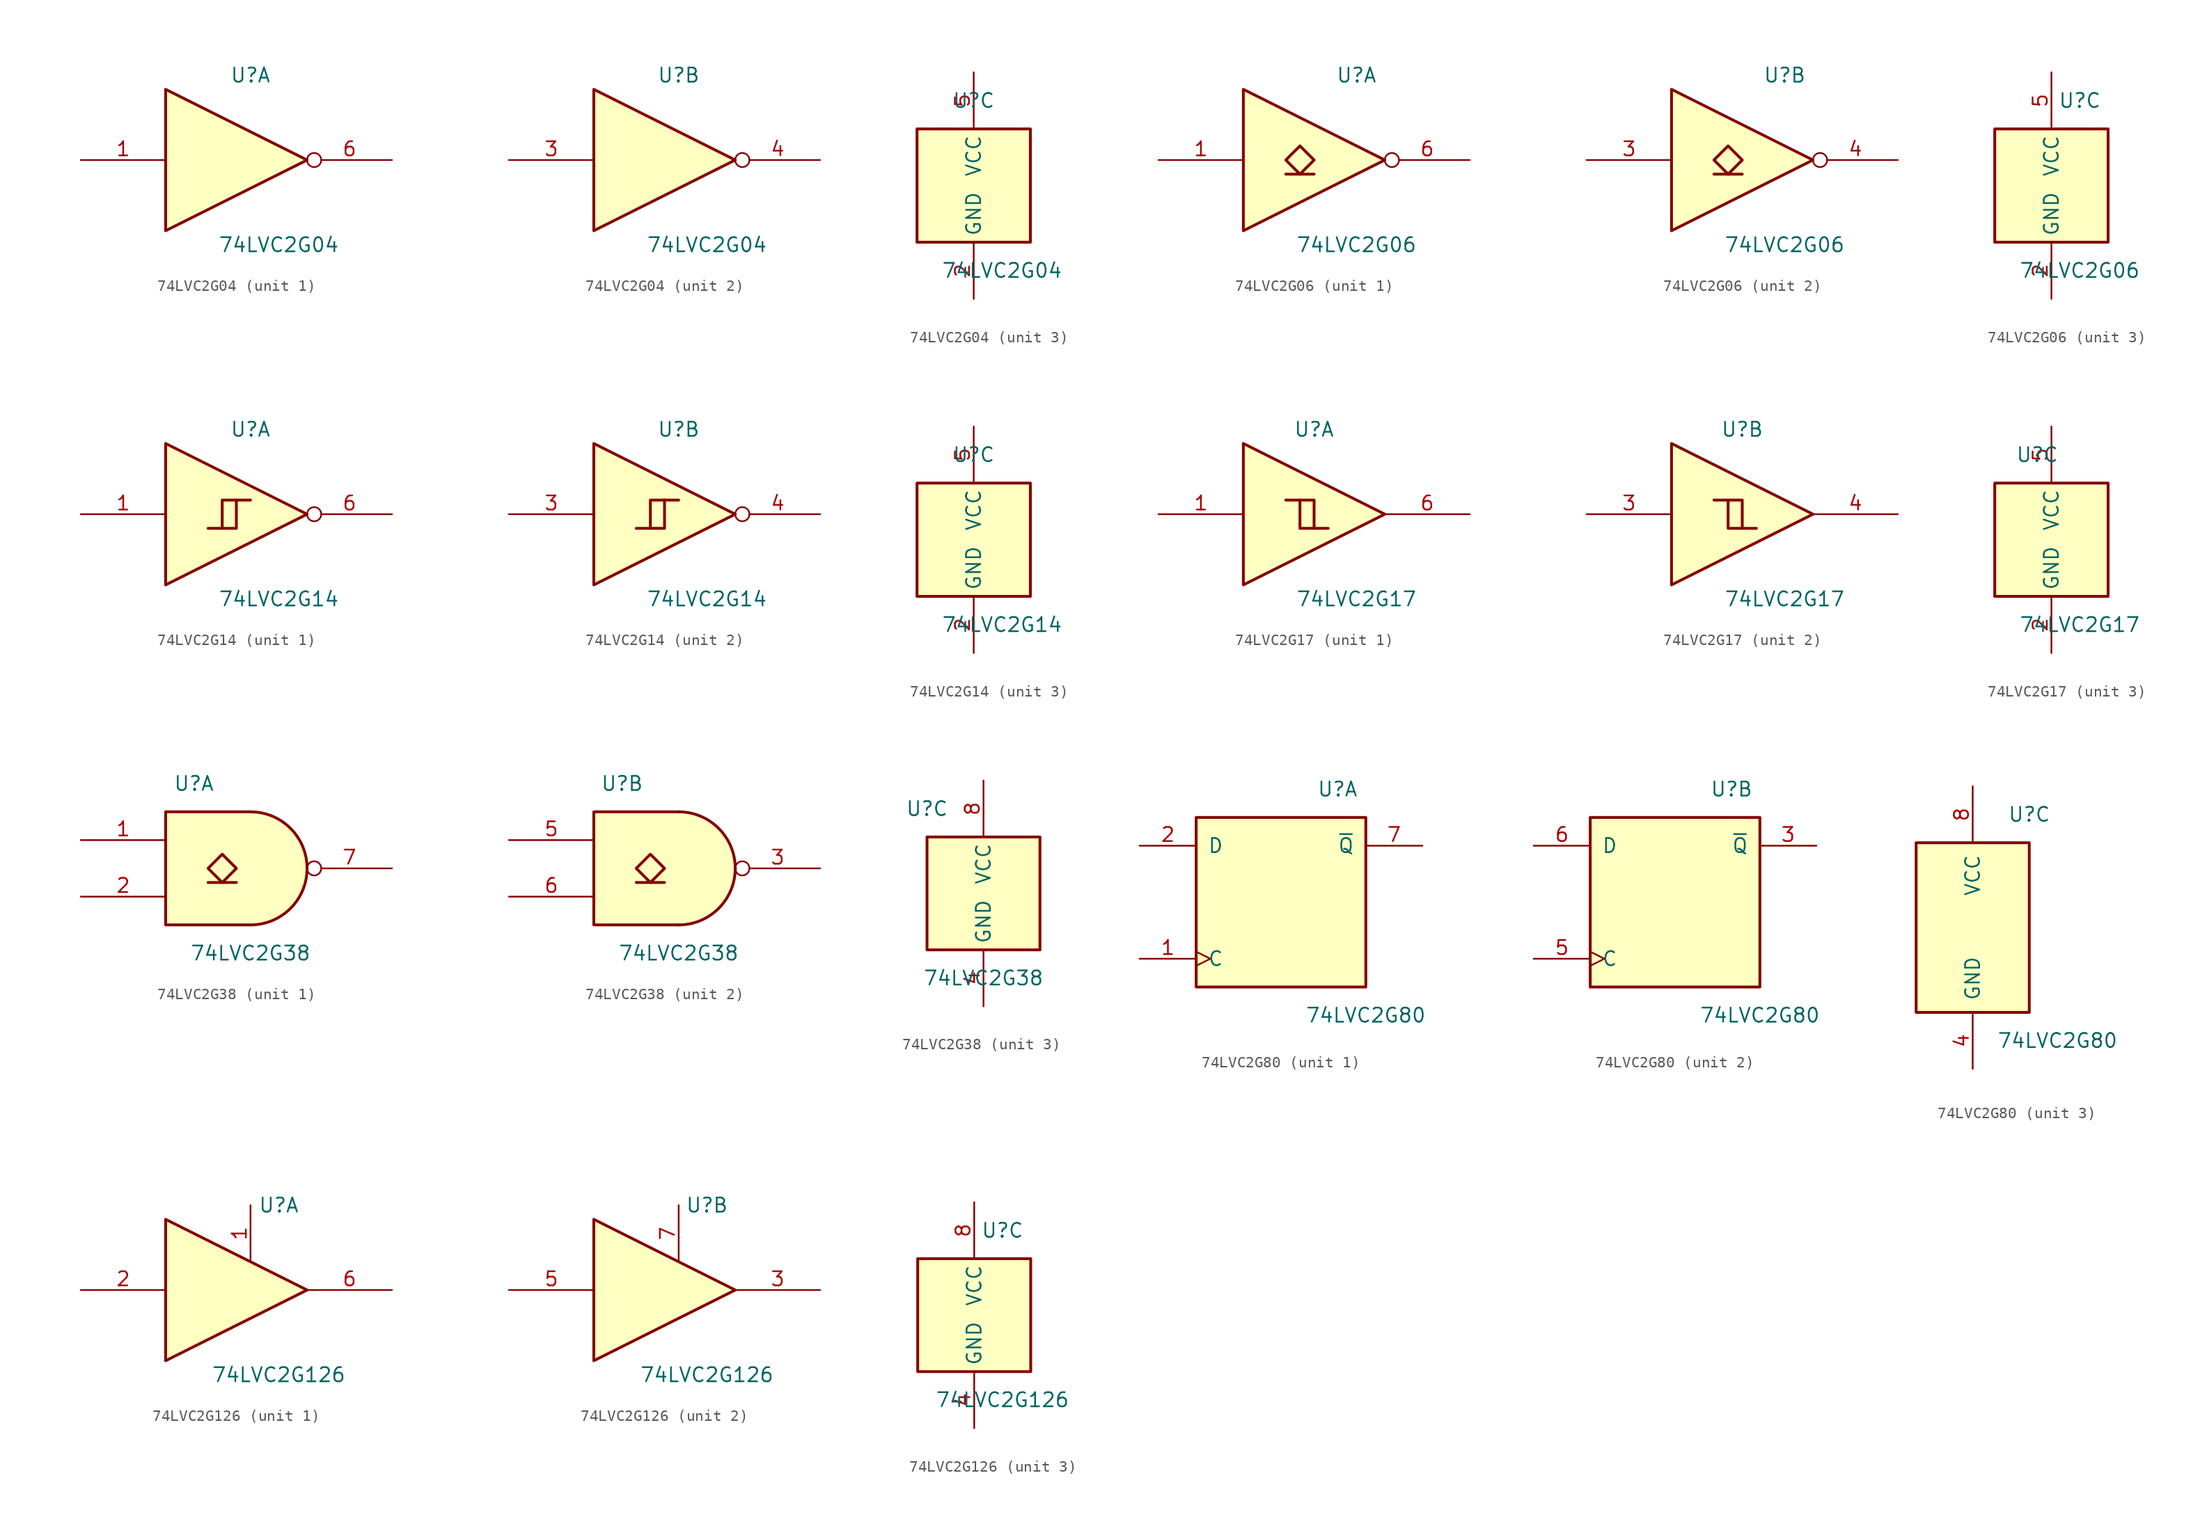
<source format=kicad_sym>
(kicad_symbol_lib
  (version 20231120)
  (generator "kicad_symbol_editor")
  (generator_version "8.0")
  (symbol "74LVC2G04"
    (property "Reference" "U"
      (at 0 7.62 0)
      (effects (font (size 1.27 1.27))))
    (property "Value" "74LVC2G04"
      (at 2.54 -7.62 0)
      (effects (font (size 1.27 1.27))))
    (symbol "74LVC2G04_1_1"
      (polyline (pts (xy -7.62 6.35) (xy -7.62 -6.35) (xy 5.08 0) (xy -7.62 6.35)) (stroke (width 0.254) (type default)) (fill (type background)))
      (pin input line (at -15.24 0 0) (length 7.62) (name "~" (effects (font (size 1.27 1.27)))) (number "1" (effects (font (size 1.27 1.27)))))
      (pin output inverted (at 12.7 0 180) (length 7.62) (name "~" (effects (font (size 1.27 1.27)))) (number "6" (effects (font (size 1.27 1.27))))))
    (symbol "74LVC2G04_2_1"
      (polyline (pts (xy -7.62 6.35) (xy -7.62 -6.35) (xy 5.08 0) (xy -7.62 6.35)) (stroke (width 0.254) (type default)) (fill (type background)))
      (pin input line (at -15.24 0 0) (length 7.62) (name "~" (effects (font (size 1.27 1.27)))) (number "3" (effects (font (size 1.27 1.27)))))
      (pin output inverted (at 12.7 0 180) (length 7.62) (name "~" (effects (font (size 1.27 1.27)))) (number "4" (effects (font (size 1.27 1.27))))))
    (symbol "74LVC2G04_3_0"
      (rectangle (start -5.08 -5.08) (end 5.08 5.08) (stroke (width 0.254) (type default)) (fill (type background))))
    (symbol "74LVC2G04_3_1"
      (pin power_in line (at 0 -10.16 90) (length 5.08) (name "GND" (effects (font (size 1.27 1.27)))) (number "2" (effects (font (size 1.27 1.27)))))
      (pin power_in line (at 0 10.16 270) (length 5.08) (name "VCC" (effects (font (size 1.27 1.27)))) (number "5" (effects (font (size 1.27 1.27)))))))
  (symbol "74LVC2G06"
    (property "Reference" "U"
      (at 2.54 7.62 0)
      (effects (font (size 1.27 1.27))))
    (property "Value" "74LVC2G06"
      (at 2.54 -7.62 0)
      (effects (font (size 1.27 1.27))))
    (symbol "74LVC2G06_1_1"
      (polyline (pts (xy -3.81 -1.27) (xy -1.27 -1.27)) (stroke (width 0.254) (type default)) (fill (type background)))
      (polyline (pts (xy -7.62 6.35) (xy -7.62 -6.35) (xy 5.08 0) (xy -7.62 6.35)) (stroke (width 0.254) (type default)) (fill (type background)))
      (polyline (pts (xy -2.54 1.27) (xy -3.81 0) (xy -2.54 -1.27) (xy -1.27 0) (xy -2.54 1.27)) (stroke (width 0.254) (type default)) (fill (type background)))
      (pin input line (at -15.24 0 0) (length 7.62) (name "~" (effects (font (size 1.27 1.27)))) (number "1" (effects (font (size 1.27 1.27)))))
      (pin open_collector inverted (at 12.7 0 180) (length 7.62) (name "~" (effects (font (size 1.27 1.27)))) (number "6" (effects (font (size 1.27 1.27))))))
    (symbol "74LVC2G06_2_1"
      (polyline (pts (xy -3.81 -1.27) (xy -1.27 -1.27)) (stroke (width 0.254) (type default)) (fill (type background)))
      (polyline (pts (xy -7.62 6.35) (xy -7.62 -6.35) (xy 5.08 0) (xy -7.62 6.35)) (stroke (width 0.254) (type default)) (fill (type background)))
      (polyline (pts (xy -2.54 1.27) (xy -3.81 0) (xy -2.54 -1.27) (xy -1.27 0) (xy -2.54 1.27)) (stroke (width 0.254) (type default)) (fill (type background)))
      (pin input line (at -15.24 0 0) (length 7.62) (name "~" (effects (font (size 1.27 1.27)))) (number "3" (effects (font (size 1.27 1.27)))))
      (pin open_collector inverted (at 12.7 0 180) (length 7.62) (name "~" (effects (font (size 1.27 1.27)))) (number "4" (effects (font (size 1.27 1.27))))))
    (symbol "74LVC2G06_3_0"
      (rectangle (start -5.08 -5.08) (end 5.08 5.08) (stroke (width 0.254) (type default)) (fill (type background))))
    (symbol "74LVC2G06_3_1"
      (pin power_in line (at 0 -10.16 90) (length 5.08) (name "GND" (effects (font (size 1.27 1.27)))) (number "2" (effects (font (size 1.27 1.27)))))
      (pin power_in line (at 0 10.16 270) (length 5.08) (name "VCC" (effects (font (size 1.27 1.27)))) (number "5" (effects (font (size 1.27 1.27)))))))
  (symbol "74LVC2G14"
    (property "Reference" "U"
      (at 0 7.62 0)
      (effects (font (size 1.27 1.27))))
    (property "Value" "74LVC2G14"
      (at 2.54 -7.62 0)
      (effects (font (size 1.27 1.27))))
    (symbol "74LVC2G14_1_1"
      (polyline (pts (xy -2.54 -1.27) (xy -1.27 -1.27) (xy -1.27 1.27)) (stroke (width 0.254) (type default)) (fill (type background)))
      (polyline (pts (xy -7.62 6.35) (xy -7.62 -6.35) (xy 5.08 0) (xy -7.62 6.35)) (stroke (width 0.254) (type default)) (fill (type background)))
      (polyline (pts (xy -3.81 -1.27) (xy -2.54 -1.27) (xy -2.54 1.27) (xy 0 1.27)) (stroke (width 0.254) (type default)) (fill (type background)))
      (pin input line (at -15.24 0 0) (length 7.62) (name "~" (effects (font (size 1.27 1.27)))) (number "1" (effects (font (size 1.27 1.27)))))
      (pin output inverted (at 12.7 0 180) (length 7.62) (name "~" (effects (font (size 1.27 1.27)))) (number "6" (effects (font (size 1.27 1.27))))))
    (symbol "74LVC2G14_2_1"
      (polyline (pts (xy -2.54 -1.27) (xy -1.27 -1.27) (xy -1.27 1.27)) (stroke (width 0.254) (type default)) (fill (type background)))
      (polyline (pts (xy -7.62 6.35) (xy -7.62 -6.35) (xy 5.08 0) (xy -7.62 6.35)) (stroke (width 0.254) (type default)) (fill (type background)))
      (polyline (pts (xy -3.81 -1.27) (xy -2.54 -1.27) (xy -2.54 1.27) (xy 0 1.27)) (stroke (width 0.254) (type default)) (fill (type background)))
      (pin input line (at -15.24 0 0) (length 7.62) (name "~" (effects (font (size 1.27 1.27)))) (number "3" (effects (font (size 1.27 1.27)))))
      (pin output inverted (at 12.7 0 180) (length 7.62) (name "~" (effects (font (size 1.27 1.27)))) (number "4" (effects (font (size 1.27 1.27))))))
    (symbol "74LVC2G14_3_0"
      (rectangle (start -5.08 -5.08) (end 5.08 5.08) (stroke (width 0.254) (type default)) (fill (type background))))
    (symbol "74LVC2G14_3_1"
      (pin power_in line (at 0 -10.16 90) (length 5.08) (name "GND" (effects (font (size 1.27 1.27)))) (number "2" (effects (font (size 1.27 1.27)))))
      (pin power_in line (at 0 10.16 270) (length 5.08) (name "VCC" (effects (font (size 1.27 1.27)))) (number "5" (effects (font (size 1.27 1.27)))))))
  (symbol "74LVC2G17"
    (property "Reference" "U"
      (at -1.27 7.62 0)
      (effects (font (size 1.27 1.27))))
    (property "Value" "74LVC2G17"
      (at 2.54 -7.62 0)
      (effects (font (size 1.27 1.27))))
    (symbol "74LVC2G17_1_1"
      (polyline (pts (xy -2.54 1.27) (xy -1.27 1.27) (xy -1.27 -1.27)) (stroke (width 0.254) (type default)) (fill (type background)))
      (polyline (pts (xy -7.62 6.35) (xy -7.62 -6.35) (xy 5.08 0) (xy -7.62 6.35)) (stroke (width 0.254) (type default)) (fill (type background)))
      (polyline (pts (xy -3.81 1.27) (xy -2.54 1.27) (xy -2.54 -1.27) (xy 0 -1.27)) (stroke (width 0.254) (type default)) (fill (type background)))
      (pin input line (at -15.24 0 0) (length 7.62) (name "~" (effects (font (size 1.27 1.27)))) (number "1" (effects (font (size 1.27 1.27)))))
      (pin output line (at 12.7 0 180) (length 7.62) (name "~" (effects (font (size 1.27 1.27)))) (number "6" (effects (font (size 1.27 1.27))))))
    (symbol "74LVC2G17_2_1"
      (polyline (pts (xy -2.54 1.27) (xy -1.27 1.27) (xy -1.27 -1.27)) (stroke (width 0.254) (type default)) (fill (type background)))
      (polyline (pts (xy -7.62 6.35) (xy -7.62 -6.35) (xy 5.08 0) (xy -7.62 6.35)) (stroke (width 0.254) (type default)) (fill (type background)))
      (polyline (pts (xy -3.81 1.27) (xy -2.54 1.27) (xy -2.54 -1.27) (xy 0 -1.27)) (stroke (width 0.254) (type default)) (fill (type background)))
      (pin input line (at -15.24 0 0) (length 7.62) (name "~" (effects (font (size 1.27 1.27)))) (number "3" (effects (font (size 1.27 1.27)))))
      (pin output line (at 12.7 0 180) (length 7.62) (name "~" (effects (font (size 1.27 1.27)))) (number "4" (effects (font (size 1.27 1.27))))))
    (symbol "74LVC2G17_3_0"
      (rectangle (start -5.08 -5.08) (end 5.08 5.08) (stroke (width 0.254) (type default)) (fill (type background))))
    (symbol "74LVC2G17_3_1"
      (pin power_in line (at 0 -10.16 90) (length 5.08) (name "GND" (effects (font (size 1.27 1.27)))) (number "2" (effects (font (size 1.27 1.27)))))
      (pin power_in line (at 0 10.16 270) (length 5.08) (name "VCC" (effects (font (size 1.27 1.27)))) (number "5" (effects (font (size 1.27 1.27)))))))
  (symbol "74LVC2G38"
    (property "Reference" "U"
      (at -5.08 7.62 0)
      (effects (font (size 1.27 1.27))))
    (property "Value" "74LVC2G38"
      (at 0 -7.62 0)
      (effects (font (size 1.27 1.27))))
    (symbol "74LVC2G38_1_1"
      (arc (start 0 -5.08) (mid 5.0579 0) (end 0 5.08) (stroke (width 0.254) (type default)) (fill (type background)))
      (polyline (pts (xy -3.81 -1.27) (xy -1.27 -1.27)) (stroke (width 0.254) (type default)) (fill (type background)))
      (polyline (pts (xy 0 -5.08) (xy -7.62 -5.08) (xy -7.62 5.08) (xy 0 5.08)) (stroke (width 0.254) (type default)) (fill (type background)))
      (polyline (pts (xy -2.54 1.27) (xy -3.81 0) (xy -2.54 -1.27) (xy -1.27 0) (xy -2.54 1.27)) (stroke (width 0.254) (type default)) (fill (type background)))
      (pin input line (at -15.24 2.54 0) (length 7.62) (name "~" (effects (font (size 1.27 1.27)))) (number "1" (effects (font (size 1.27 1.27)))))
      (pin input line (at -15.24 -2.54 0) (length 7.62) (name "~" (effects (font (size 1.27 1.27)))) (number "2" (effects (font (size 1.27 1.27)))))
      (pin open_collector inverted (at 12.7 0 180) (length 7.62) (name "~" (effects (font (size 1.27 1.27)))) (number "7" (effects (font (size 1.27 1.27))))))
    (symbol "74LVC2G38_2_1"
      (arc (start 0 -5.08) (mid 5.0579 0) (end 0 5.08) (stroke (width 0.254) (type default)) (fill (type background)))
      (polyline (pts (xy -3.81 -1.27) (xy -1.27 -1.27)) (stroke (width 0.254) (type default)) (fill (type background)))
      (polyline (pts (xy 0 -5.08) (xy -7.62 -5.08) (xy -7.62 5.08) (xy 0 5.08)) (stroke (width 0.254) (type default)) (fill (type background)))
      (polyline (pts (xy -2.54 1.27) (xy -3.81 0) (xy -2.54 -1.27) (xy -1.27 0) (xy -2.54 1.27)) (stroke (width 0.254) (type default)) (fill (type background)))
      (pin open_collector inverted (at 12.7 0 180) (length 7.62) (name "~" (effects (font (size 1.27 1.27)))) (number "3" (effects (font (size 1.27 1.27)))))
      (pin input line (at -15.24 2.54 0) (length 7.62) (name "~" (effects (font (size 1.27 1.27)))) (number "5" (effects (font (size 1.27 1.27)))))
      (pin input line (at -15.24 -2.54 0) (length 7.62) (name "~" (effects (font (size 1.27 1.27)))) (number "6" (effects (font (size 1.27 1.27))))))
    (symbol "74LVC2G38_3_0"
      (rectangle (start -5.08 -5.08) (end 5.08 5.08) (stroke (width 0.254) (type default)) (fill (type background))))
    (symbol "74LVC2G38_3_1"
      (pin power_in line (at 0 -10.16 90) (length 5.08) (name "GND" (effects (font (size 1.27 1.27)))) (number "4" (effects (font (size 1.27 1.27)))))
      (pin power_in line (at 0 10.16 270) (length 5.08) (name "VCC" (effects (font (size 1.27 1.27)))) (number "8" (effects (font (size 1.27 1.27)))))))
  (symbol "74LVC2G80"
    (pin_names
      (offset 1.016))
    (property "Reference" "U"
      (at 5.08 10.16 0)
      (effects (font (size 1.27 1.27))))
    (property "Value" "74LVC2G80"
      (at 7.62 -10.16 0)
      (effects (font (size 1.27 1.27))))
    (symbol "74LVC2G80_1_1"
      (rectangle (start -7.62 7.62) (end 7.62 -7.62) (stroke (width 0.254) (type default)) (fill (type background)))
      (pin input clock (at -12.7 -5.08 0) (length 5.08) (name "C" (effects (font (size 1.27 1.27)))) (number "1" (effects (font (size 1.27 1.27)))))
      (pin input line (at -12.7 5.08 0) (length 5.08) (name "D" (effects (font (size 1.27 1.27)))) (number "2" (effects (font (size 1.27 1.27)))))
      (pin output line (at 12.7 5.08 180) (length 5.08) (name "~{Q}" (effects (font (size 1.27 1.27)))) (number "7" (effects (font (size 1.27 1.27))))))
    (symbol "74LVC2G80_2_1"
      (rectangle (start -7.62 7.62) (end 7.62 -7.62) (stroke (width 0.254) (type default)) (fill (type background)))
      (pin output line (at 12.7 5.08 180) (length 5.08) (name "~{Q}" (effects (font (size 1.27 1.27)))) (number "3" (effects (font (size 1.27 1.27)))))
      (pin input clock (at -12.7 -5.08 0) (length 5.08) (name "C" (effects (font (size 1.27 1.27)))) (number "5" (effects (font (size 1.27 1.27)))))
      (pin input line (at -12.7 5.08 0) (length 5.08) (name "D" (effects (font (size 1.27 1.27)))) (number "6" (effects (font (size 1.27 1.27))))))
    (symbol "74LVC2G80_3_0"
      (rectangle (start -5.08 -7.62) (end 5.08 7.62) (stroke (width 0.254) (type default)) (fill (type background))))
    (symbol "74LVC2G80_3_1"
      (pin power_in line (at 0 -12.7 90) (length 5.08) (name "GND" (effects (font (size 1.27 1.27)))) (number "4" (effects (font (size 1.27 1.27)))))
      (pin power_in line (at 0 12.7 270) (length 5.08) (name "VCC" (effects (font (size 1.27 1.27)))) (number "8" (effects (font (size 1.27 1.27)))))))
  (symbol "74LVC2G126"
    (property "Reference" "U"
      (at 2.54 7.62 0)
      (effects (font (size 1.27 1.27))))
    (property "Value" "74LVC2G126"
      (at 2.54 -7.62 0)
      (effects (font (size 1.27 1.27))))
    (symbol "74LVC2G126_1_1"
      (polyline (pts (xy -7.62 6.35) (xy -7.62 -6.35) (xy 5.08 0) (xy -7.62 6.35)) (stroke (width 0.254) (type default)) (fill (type background)))
      (pin input line (at 0 7.62 270) (length 5.08) (name "~" (effects (font (size 1.27 1.27)))) (number "1" (effects (font (size 1.27 1.27)))))
      (pin input line (at -15.24 0 0) (length 7.62) (name "~" (effects (font (size 1.27 1.27)))) (number "2" (effects (font (size 1.27 1.27)))))
      (pin tri_state line (at 12.7 0 180) (length 7.62) (name "~" (effects (font (size 1.27 1.27)))) (number "6" (effects (font (size 1.27 1.27))))))
    (symbol "74LVC2G126_2_1"
      (polyline (pts (xy -7.62 6.35) (xy -7.62 -6.35) (xy 5.08 0) (xy -7.62 6.35)) (stroke (width 0.254) (type default)) (fill (type background)))
      (pin tri_state line (at 12.7 0 180) (length 7.62) (name "~" (effects (font (size 1.27 1.27)))) (number "3" (effects (font (size 1.27 1.27)))))
      (pin input line (at -15.24 0 0) (length 7.62) (name "~" (effects (font (size 1.27 1.27)))) (number "5" (effects (font (size 1.27 1.27)))))
      (pin input line (at 0 7.62 270) (length 5.08) (name "~" (effects (font (size 1.27 1.27)))) (number "7" (effects (font (size 1.27 1.27))))))
    (symbol "74LVC2G126_3_0"
      (rectangle (start -5.08 -5.08) (end 5.08 5.08) (stroke (width 0.254) (type default)) (fill (type background))))
    (symbol "74LVC2G126_3_1"
      (pin power_in line (at 0 -10.16 90) (length 5.08) (name "GND" (effects (font (size 1.27 1.27)))) (number "4" (effects (font (size 1.27 1.27)))))
      (pin power_in line (at 0 10.16 270) (length 5.08) (name "VCC" (effects (font (size 1.27 1.27)))) (number "8" (effects (font (size 1.27 1.27))))))))
</source>
